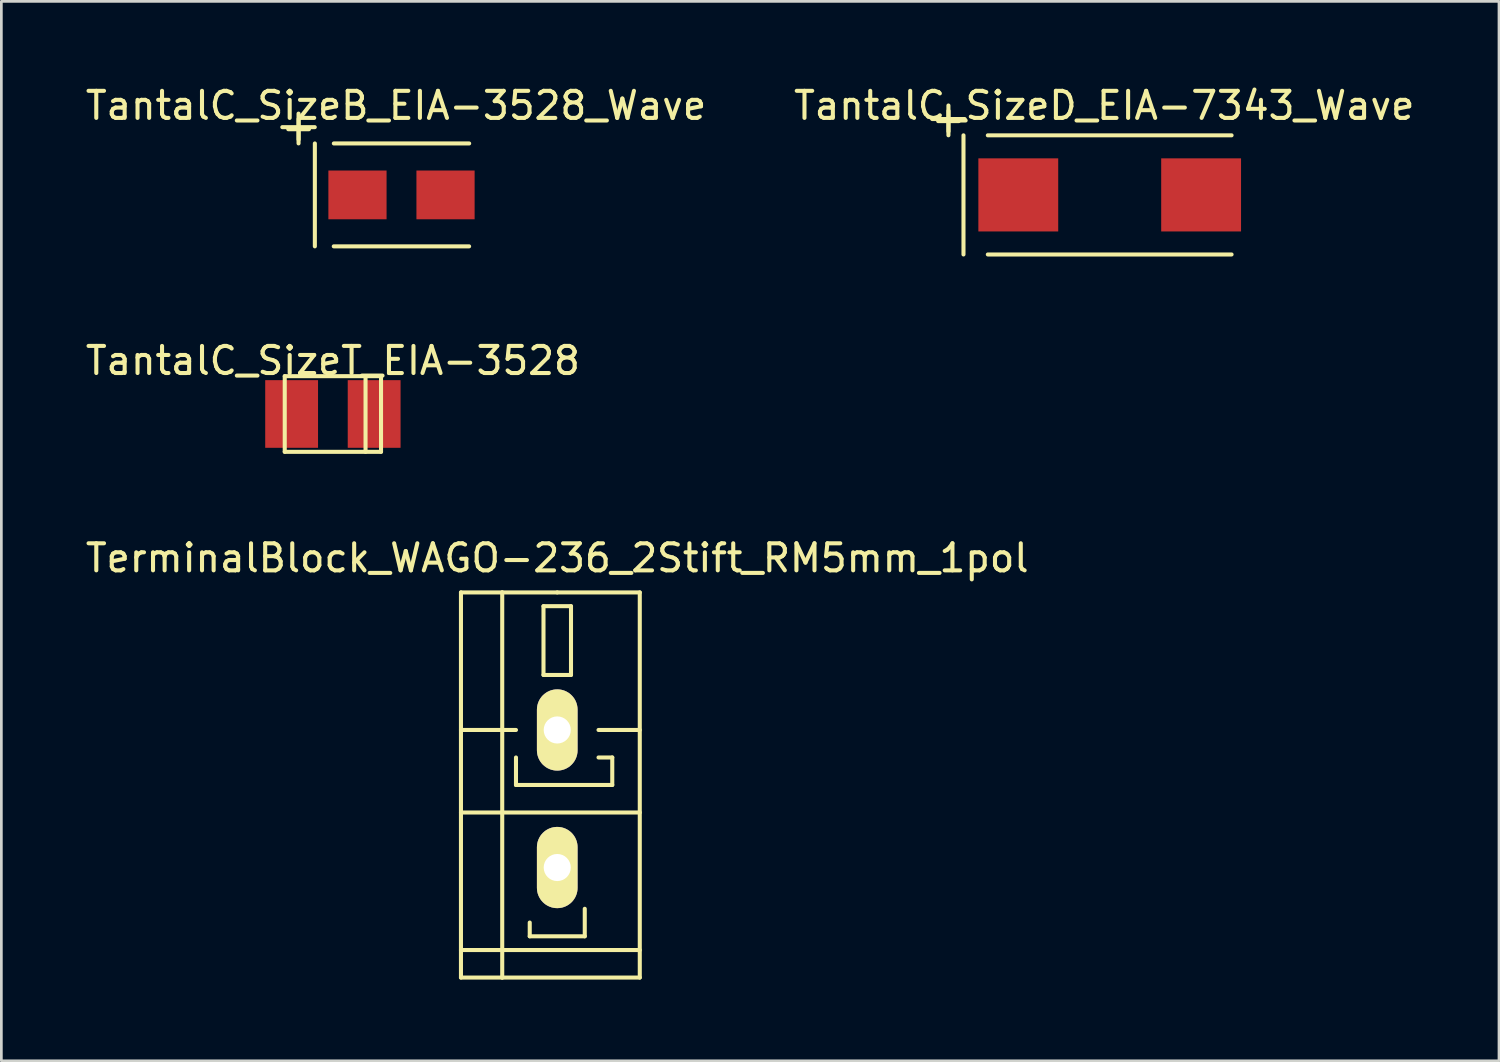
<source format=kicad_pcb>
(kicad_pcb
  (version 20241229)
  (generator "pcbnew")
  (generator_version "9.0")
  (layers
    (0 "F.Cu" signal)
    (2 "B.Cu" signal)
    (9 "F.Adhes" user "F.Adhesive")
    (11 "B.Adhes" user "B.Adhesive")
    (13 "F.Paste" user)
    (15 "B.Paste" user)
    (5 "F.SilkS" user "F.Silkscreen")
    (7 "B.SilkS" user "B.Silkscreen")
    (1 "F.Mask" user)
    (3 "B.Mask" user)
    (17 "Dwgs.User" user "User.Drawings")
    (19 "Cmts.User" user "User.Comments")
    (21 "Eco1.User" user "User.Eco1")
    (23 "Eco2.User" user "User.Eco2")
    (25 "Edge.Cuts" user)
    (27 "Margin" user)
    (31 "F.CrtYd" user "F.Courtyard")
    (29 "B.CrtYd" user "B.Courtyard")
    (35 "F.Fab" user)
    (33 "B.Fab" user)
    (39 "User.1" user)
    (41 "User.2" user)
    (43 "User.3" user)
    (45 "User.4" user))
  (footprint "TerminalBlock_WAGO-236_2Stift_RM5mm_1pol"
    (layer "F.Cu")
    (at 17.53 26.449)
    (property "Reference" "TerminalBlock_WAGO-236_2Stift_RM5mm_1pol" (at 0 -8.89 0) (layer "F.SilkS") (effects (font (size 1 1) (thickness 0.15))))
    (attr through_hole)
    (fp_line (start -3.556 -7.62) (end -2.032 -7.62) (stroke (width 0.15) (type solid)) (layer "F.SilkS"))
    (fp_line (start -3.556 -2.54) (end -1.524 -2.54) (stroke (width 0.15) (type solid)) (layer "F.SilkS"))
    (fp_line (start -3.556 0.508) (end 3.048 0.508) (stroke (width 0.15) (type solid)) (layer "F.SilkS"))
    (fp_line (start -3.556 5.588) (end 3.048 5.588) (stroke (width 0.15) (type solid)) (layer "F.SilkS"))
    (fp_line (start -3.556 6.604) (end -3.556 -7.62) (stroke (width 0.15) (type solid)) (layer "F.SilkS"))
    (fp_line (start -2.032 -7.62) (end 0 -7.62) (stroke (width 0.15) (type solid)) (layer "F.SilkS"))
    (fp_line (start -2.032 6.604) (end -3.556 6.604) (stroke (width 0.15) (type solid)) (layer "F.SilkS"))
    (fp_line (start -2.032 6.604) (end -2.032 -7.62) (stroke (width 0.15) (type solid)) (layer "F.SilkS"))
    (fp_line (start -1.524 -1.524) (end -1.524 -0.508) (stroke (width 0.15) (type solid)) (layer "F.SilkS"))
    (fp_line (start -1.524 -0.508) (end 2.032 -0.508) (stroke (width 0.15) (type solid)) (layer "F.SilkS"))
    (fp_line (start -1.016 4.572) (end -1.016 5.08) (stroke (width 0.15) (type solid)) (layer "F.SilkS"))
    (fp_line (start -1.016 5.08) (end 1.016 5.08) (stroke (width 0.15) (type solid)) (layer "F.SilkS"))
    (fp_line (start -0.508 -7.112) (end 0.508 -7.112) (stroke (width 0.15) (type solid)) (layer "F.SilkS"))
    (fp_line (start -0.508 -4.572) (end -0.508 -7.112) (stroke (width 0.15) (type solid)) (layer "F.SilkS"))
    (fp_line (start 0 -7.62) (end 3.048 -7.62) (stroke (width 0.15) (type solid)) (layer "F.SilkS"))
    (fp_line (start 0.508 -7.112) (end 0.508 -4.572) (stroke (width 0.15) (type solid)) (layer "F.SilkS"))
    (fp_line (start 0.508 -4.572) (end -0.508 -4.572) (stroke (width 0.15) (type solid)) (layer "F.SilkS"))
    (fp_line (start 1.016 5.08) (end 1.016 4.064) (stroke (width 0.15) (type solid)) (layer "F.SilkS"))
    (fp_line (start 1.524 -2.54) (end 3.048 -2.54) (stroke (width 0.15) (type solid)) (layer "F.SilkS"))
    (fp_line (start 2.032 -1.524) (end 1.524 -1.524) (stroke (width 0.15) (type solid)) (layer "F.SilkS"))
    (fp_line (start 2.032 -0.508) (end 2.032 -1.524) (stroke (width 0.15) (type solid)) (layer "F.SilkS"))
    (fp_line (start 3.048 -7.62) (end 3.048 6.604) (stroke (width 0.15) (type solid)) (layer "F.SilkS"))
    (fp_line (start 3.048 6.604) (end -2.032 6.604) (stroke (width 0.15) (type solid)) (layer "F.SilkS"))
    (pad "1" thru_hole oval (at 0 -2.54 90) (size 3 1.501) (drill 1.001) (layers "*.Cu" "*.Mask" "F.SilkS"))
    (pad "1" thru_hole oval (at 0 2.54 90) (size 3 1.501) (drill 1.001) (layers "*.Cu" "*.Mask" "F.SilkS")))
  (footprint "TantalC_SizeD_EIA-7343_Wave"
    (layer "F.Cu")
    (at 37.933 4.148)
    (property "Reference" "TantalC_SizeD_EIA-7343_Wave" (at -0.201 -3.299 0) (layer "F.SilkS") (effects (font (size 1 1) (thickness 0.15))))
    (attr smd)
    (fp_line (start -6.556 -2.802) (end -5.357 -2.802) (stroke (width 0.15) (type solid)) (layer "F.SilkS"))
    (fp_line (start -5.956 -3.302) (end -5.956 -2.202) (stroke (width 0.15) (type solid)) (layer "F.SilkS"))
    (fp_line (start -5.4 -2.2) (end -5.4 2.2) (stroke (width 0.15) (type solid)) (layer "F.SilkS"))
    (fp_line (start -4.501 2.2) (end 4.501 2.2) (stroke (width 0.15) (type solid)) (layer "F.SilkS"))
    (fp_line (start 4.501 -2.2) (end -4.501 -2.2) (stroke (width 0.15) (type solid)) (layer "F.SilkS"))
    (fp_text user "+" (at -5.954 -2.799 0) (layer "F.SilkS") (effects (font (size 1 1) (thickness 0.15))))
    (pad "1" smd rect (at -3.376 0) (size 2.949 2.7) (layers "F.Cu" "F.Mask" "F.Paste"))
    (pad "2" smd rect (at 3.376 0) (size 2.949 2.7) (layers "F.Cu" "F.Mask" "F.Paste")))
  (footprint "TantalC_SizeB_EIA-3528_Wave"
    (layer "F.Cu")
    (at 11.778 4.148)
    (property "Reference" "TantalC_SizeB_EIA-3528_Wave" (at -0.201 -3.299 0) (layer "F.SilkS") (effects (font (size 1 1) (thickness 0.15))))
    (attr smd)
    (fp_line (start -4.402 -2.502) (end -3.203 -2.502) (stroke (width 0.15) (type solid)) (layer "F.SilkS"))
    (fp_line (start -3.802 -3.002) (end -3.802 -1.902) (stroke (width 0.15) (type solid)) (layer "F.SilkS"))
    (fp_line (start -3.2 -1.9) (end -3.2 1.9) (stroke (width 0.15) (type solid)) (layer "F.SilkS"))
    (fp_line (start 2.497 1.9) (end -2.502 1.9) (stroke (width 0.15) (type solid)) (layer "F.SilkS"))
    (fp_line (start 2.499 -1.9) (end -2.499 -1.9) (stroke (width 0.15) (type solid)) (layer "F.SilkS"))
    (fp_text user "+" (at -3.8 -2.499 0) (layer "F.SilkS") (effects (font (size 1 1) (thickness 0.15))))
    (pad "1" smd rect (at -1.626 0) (size 2.149 1.801) (layers "F.Cu" "F.Mask" "F.Paste"))
    (pad "2" smd rect (at 1.626 0) (size 2.149 1.801) (layers "F.Cu" "F.Mask" "F.Paste")))
  (footprint "TantalC_SizeT_EIA-3528"
    (layer "F.Cu")
    (at 9.244 12.239)
    (property "Reference" "TantalC_SizeT_EIA-3528" (at 0 -1.968 0) (layer "F.SilkS") (effects (font (size 1 1) (thickness 0.15))))
    (attr through_hole)
    (fp_line (start -1.778 -1.397) (end -1.778 1.397) (stroke (width 0.15) (type solid)) (layer "F.SilkS"))
    (fp_line (start -1.778 1.397) (end 1.778 1.397) (stroke (width 0.15) (type solid)) (layer "F.SilkS"))
    (fp_line (start 1.206 -1.397) (end 1.206 1.397) (stroke (width 0.15) (type solid)) (layer "F.SilkS"))
    (fp_line (start 1.778 -1.397) (end -1.778 -1.397) (stroke (width 0.15) (type solid)) (layer "F.SilkS"))
    (fp_line (start 1.778 1.397) (end 1.778 -1.397) (stroke (width 0.15) (type solid)) (layer "F.SilkS"))
    (pad "1" smd rect (at 1.524 0) (size 1.951 2.499) (layers "F.Cu" "F.Mask" "F.Paste"))
    (pad "2" smd rect (at -1.524 0) (size 1.951 2.499) (layers "F.Cu" "F.Mask" "F.Paste")))
  (gr_rect
    (start -3 -3)
    (end 52.31 36.128)
    (stroke (width 0.1) (type default))
    (fill no)
    (layer "Edge.Cuts")))
</source>
